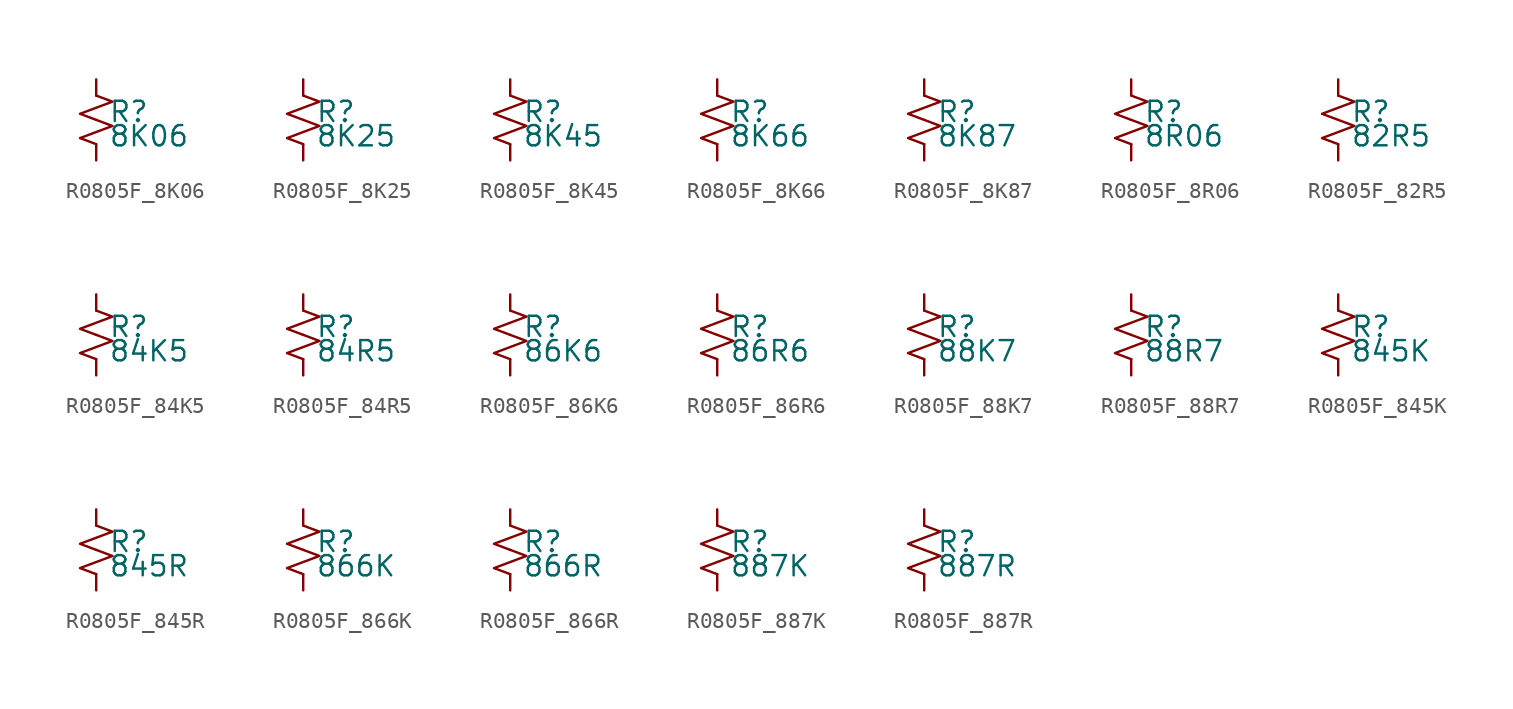
<source format=kicad_sym>
(kicad_symbol_lib
  (version 20220914)
  (generator kicad_symbol_editor)
  (symbol "R0805F_8K06"
    (pin_numbers hide)
    (pin_names
      (offset 0.254) hide)
    (property "Reference" "R"
      (at 0.762 0.508 0)
      (effects (font (size 1.27 1.27)) (justify left)))
    (property "Value" "8K06"
      (at 0.762 -1.016 0)
      (effects (font (size 1.27 1.27)) (justify left)))
    (symbol "R0805F_8K06_1_1"
      (polyline (pts (xy 0 0) (xy 1.016 -0.381) (xy 0 -0.762) (xy -1.016 -1.143) (xy 0 -1.524)) (stroke (width 0) (type default)) (fill (type none)))
      (polyline (pts (xy 0 1.524) (xy 1.016 1.143) (xy 0 0.762) (xy -1.016 0.381) (xy 0 0)) (stroke (width 0) (type default)) (fill (type none)))
      (pin passive line (at 0 2.54 270) (length 1.016) (name "~" (effects (font (size 1.27 1.27)))) (number "1" (effects (font (size 1.27 1.27)))))
      (pin passive line (at 0 -2.54 90) (length 1.016) (name "~" (effects (font (size 1.27 1.27)))) (number "2" (effects (font (size 1.27 1.27)))))))
  (symbol "R0805F_8K25"
    (pin_numbers hide)
    (pin_names
      (offset 0.254) hide)
    (property "Reference" "R"
      (at 0.762 0.508 0)
      (effects (font (size 1.27 1.27)) (justify left)))
    (property "Value" "8K25"
      (at 0.762 -1.016 0)
      (effects (font (size 1.27 1.27)) (justify left)))
    (symbol "R0805F_8K25_1_1"
      (polyline (pts (xy 0 0) (xy 1.016 -0.381) (xy 0 -0.762) (xy -1.016 -1.143) (xy 0 -1.524)) (stroke (width 0) (type default)) (fill (type none)))
      (polyline (pts (xy 0 1.524) (xy 1.016 1.143) (xy 0 0.762) (xy -1.016 0.381) (xy 0 0)) (stroke (width 0) (type default)) (fill (type none)))
      (pin passive line (at 0 2.54 270) (length 1.016) (name "~" (effects (font (size 1.27 1.27)))) (number "1" (effects (font (size 1.27 1.27)))))
      (pin passive line (at 0 -2.54 90) (length 1.016) (name "~" (effects (font (size 1.27 1.27)))) (number "2" (effects (font (size 1.27 1.27)))))))
  (symbol "R0805F_8K45"
    (pin_numbers hide)
    (pin_names
      (offset 0.254) hide)
    (property "Reference" "R"
      (at 0.762 0.508 0)
      (effects (font (size 1.27 1.27)) (justify left)))
    (property "Value" "8K45"
      (at 0.762 -1.016 0)
      (effects (font (size 1.27 1.27)) (justify left)))
    (symbol "R0805F_8K45_1_1"
      (polyline (pts (xy 0 0) (xy 1.016 -0.381) (xy 0 -0.762) (xy -1.016 -1.143) (xy 0 -1.524)) (stroke (width 0) (type default)) (fill (type none)))
      (polyline (pts (xy 0 1.524) (xy 1.016 1.143) (xy 0 0.762) (xy -1.016 0.381) (xy 0 0)) (stroke (width 0) (type default)) (fill (type none)))
      (pin passive line (at 0 2.54 270) (length 1.016) (name "~" (effects (font (size 1.27 1.27)))) (number "1" (effects (font (size 1.27 1.27)))))
      (pin passive line (at 0 -2.54 90) (length 1.016) (name "~" (effects (font (size 1.27 1.27)))) (number "2" (effects (font (size 1.27 1.27)))))))
  (symbol "R0805F_8K66"
    (pin_numbers hide)
    (pin_names
      (offset 0.254) hide)
    (property "Reference" "R"
      (at 0.762 0.508 0)
      (effects (font (size 1.27 1.27)) (justify left)))
    (property "Value" "8K66"
      (at 0.762 -1.016 0)
      (effects (font (size 1.27 1.27)) (justify left)))
    (symbol "R0805F_8K66_1_1"
      (polyline (pts (xy 0 0) (xy 1.016 -0.381) (xy 0 -0.762) (xy -1.016 -1.143) (xy 0 -1.524)) (stroke (width 0) (type default)) (fill (type none)))
      (polyline (pts (xy 0 1.524) (xy 1.016 1.143) (xy 0 0.762) (xy -1.016 0.381) (xy 0 0)) (stroke (width 0) (type default)) (fill (type none)))
      (pin passive line (at 0 2.54 270) (length 1.016) (name "~" (effects (font (size 1.27 1.27)))) (number "1" (effects (font (size 1.27 1.27)))))
      (pin passive line (at 0 -2.54 90) (length 1.016) (name "~" (effects (font (size 1.27 1.27)))) (number "2" (effects (font (size 1.27 1.27)))))))
  (symbol "R0805F_8K87"
    (pin_numbers hide)
    (pin_names
      (offset 0.254) hide)
    (property "Reference" "R"
      (at 0.762 0.508 0)
      (effects (font (size 1.27 1.27)) (justify left)))
    (property "Value" "8K87"
      (at 0.762 -1.016 0)
      (effects (font (size 1.27 1.27)) (justify left)))
    (symbol "R0805F_8K87_1_1"
      (polyline (pts (xy 0 0) (xy 1.016 -0.381) (xy 0 -0.762) (xy -1.016 -1.143) (xy 0 -1.524)) (stroke (width 0) (type default)) (fill (type none)))
      (polyline (pts (xy 0 1.524) (xy 1.016 1.143) (xy 0 0.762) (xy -1.016 0.381) (xy 0 0)) (stroke (width 0) (type default)) (fill (type none)))
      (pin passive line (at 0 2.54 270) (length 1.016) (name "~" (effects (font (size 1.27 1.27)))) (number "1" (effects (font (size 1.27 1.27)))))
      (pin passive line (at 0 -2.54 90) (length 1.016) (name "~" (effects (font (size 1.27 1.27)))) (number "2" (effects (font (size 1.27 1.27)))))))
  (symbol "R0805F_8R06"
    (pin_numbers hide)
    (pin_names
      (offset 0.254) hide)
    (property "Reference" "R"
      (at 0.762 0.508 0)
      (effects (font (size 1.27 1.27)) (justify left)))
    (property "Value" "8R06"
      (at 0.762 -1.016 0)
      (effects (font (size 1.27 1.27)) (justify left)))
    (symbol "R0805F_8R06_1_1"
      (polyline (pts (xy 0 0) (xy 1.016 -0.381) (xy 0 -0.762) (xy -1.016 -1.143) (xy 0 -1.524)) (stroke (width 0) (type default)) (fill (type none)))
      (polyline (pts (xy 0 1.524) (xy 1.016 1.143) (xy 0 0.762) (xy -1.016 0.381) (xy 0 0)) (stroke (width 0) (type default)) (fill (type none)))
      (pin passive line (at 0 2.54 270) (length 1.016) (name "~" (effects (font (size 1.27 1.27)))) (number "1" (effects (font (size 1.27 1.27)))))
      (pin passive line (at 0 -2.54 90) (length 1.016) (name "~" (effects (font (size 1.27 1.27)))) (number "2" (effects (font (size 1.27 1.27)))))))
  (symbol "R0805F_82R5"
    (pin_numbers hide)
    (pin_names
      (offset 0.254) hide)
    (property "Reference" "R"
      (at 0.762 0.508 0)
      (effects (font (size 1.27 1.27)) (justify left)))
    (property "Value" "82R5"
      (at 0.762 -1.016 0)
      (effects (font (size 1.27 1.27)) (justify left)))
    (symbol "R0805F_82R5_1_1"
      (polyline (pts (xy 0 0) (xy 1.016 -0.381) (xy 0 -0.762) (xy -1.016 -1.143) (xy 0 -1.524)) (stroke (width 0) (type default)) (fill (type none)))
      (polyline (pts (xy 0 1.524) (xy 1.016 1.143) (xy 0 0.762) (xy -1.016 0.381) (xy 0 0)) (stroke (width 0) (type default)) (fill (type none)))
      (pin passive line (at 0 2.54 270) (length 1.016) (name "~" (effects (font (size 1.27 1.27)))) (number "1" (effects (font (size 1.27 1.27)))))
      (pin passive line (at 0 -2.54 90) (length 1.016) (name "~" (effects (font (size 1.27 1.27)))) (number "2" (effects (font (size 1.27 1.27)))))))
  (symbol "R0805F_84K5"
    (pin_numbers hide)
    (pin_names
      (offset 0.254) hide)
    (property "Reference" "R"
      (at 0.762 0.508 0)
      (effects (font (size 1.27 1.27)) (justify left)))
    (property "Value" "84K5"
      (at 0.762 -1.016 0)
      (effects (font (size 1.27 1.27)) (justify left)))
    (symbol "R0805F_84K5_1_1"
      (polyline (pts (xy 0 0) (xy 1.016 -0.381) (xy 0 -0.762) (xy -1.016 -1.143) (xy 0 -1.524)) (stroke (width 0) (type default)) (fill (type none)))
      (polyline (pts (xy 0 1.524) (xy 1.016 1.143) (xy 0 0.762) (xy -1.016 0.381) (xy 0 0)) (stroke (width 0) (type default)) (fill (type none)))
      (pin passive line (at 0 2.54 270) (length 1.016) (name "~" (effects (font (size 1.27 1.27)))) (number "1" (effects (font (size 1.27 1.27)))))
      (pin passive line (at 0 -2.54 90) (length 1.016) (name "~" (effects (font (size 1.27 1.27)))) (number "2" (effects (font (size 1.27 1.27)))))))
  (symbol "R0805F_84R5"
    (pin_numbers hide)
    (pin_names
      (offset 0.254) hide)
    (property "Reference" "R"
      (at 0.762 0.508 0)
      (effects (font (size 1.27 1.27)) (justify left)))
    (property "Value" "84R5"
      (at 0.762 -1.016 0)
      (effects (font (size 1.27 1.27)) (justify left)))
    (symbol "R0805F_84R5_1_1"
      (polyline (pts (xy 0 0) (xy 1.016 -0.381) (xy 0 -0.762) (xy -1.016 -1.143) (xy 0 -1.524)) (stroke (width 0) (type default)) (fill (type none)))
      (polyline (pts (xy 0 1.524) (xy 1.016 1.143) (xy 0 0.762) (xy -1.016 0.381) (xy 0 0)) (stroke (width 0) (type default)) (fill (type none)))
      (pin passive line (at 0 2.54 270) (length 1.016) (name "~" (effects (font (size 1.27 1.27)))) (number "1" (effects (font (size 1.27 1.27)))))
      (pin passive line (at 0 -2.54 90) (length 1.016) (name "~" (effects (font (size 1.27 1.27)))) (number "2" (effects (font (size 1.27 1.27)))))))
  (symbol "R0805F_86K6"
    (pin_numbers hide)
    (pin_names
      (offset 0.254) hide)
    (property "Reference" "R"
      (at 0.762 0.508 0)
      (effects (font (size 1.27 1.27)) (justify left)))
    (property "Value" "86K6"
      (at 0.762 -1.016 0)
      (effects (font (size 1.27 1.27)) (justify left)))
    (symbol "R0805F_86K6_1_1"
      (polyline (pts (xy 0 0) (xy 1.016 -0.381) (xy 0 -0.762) (xy -1.016 -1.143) (xy 0 -1.524)) (stroke (width 0) (type default)) (fill (type none)))
      (polyline (pts (xy 0 1.524) (xy 1.016 1.143) (xy 0 0.762) (xy -1.016 0.381) (xy 0 0)) (stroke (width 0) (type default)) (fill (type none)))
      (pin passive line (at 0 2.54 270) (length 1.016) (name "~" (effects (font (size 1.27 1.27)))) (number "1" (effects (font (size 1.27 1.27)))))
      (pin passive line (at 0 -2.54 90) (length 1.016) (name "~" (effects (font (size 1.27 1.27)))) (number "2" (effects (font (size 1.27 1.27)))))))
  (symbol "R0805F_86R6"
    (pin_numbers hide)
    (pin_names
      (offset 0.254) hide)
    (property "Reference" "R"
      (at 0.762 0.508 0)
      (effects (font (size 1.27 1.27)) (justify left)))
    (property "Value" "86R6"
      (at 0.762 -1.016 0)
      (effects (font (size 1.27 1.27)) (justify left)))
    (symbol "R0805F_86R6_1_1"
      (polyline (pts (xy 0 0) (xy 1.016 -0.381) (xy 0 -0.762) (xy -1.016 -1.143) (xy 0 -1.524)) (stroke (width 0) (type default)) (fill (type none)))
      (polyline (pts (xy 0 1.524) (xy 1.016 1.143) (xy 0 0.762) (xy -1.016 0.381) (xy 0 0)) (stroke (width 0) (type default)) (fill (type none)))
      (pin passive line (at 0 2.54 270) (length 1.016) (name "~" (effects (font (size 1.27 1.27)))) (number "1" (effects (font (size 1.27 1.27)))))
      (pin passive line (at 0 -2.54 90) (length 1.016) (name "~" (effects (font (size 1.27 1.27)))) (number "2" (effects (font (size 1.27 1.27)))))))
  (symbol "R0805F_88K7"
    (pin_numbers hide)
    (pin_names
      (offset 0.254) hide)
    (property "Reference" "R"
      (at 0.762 0.508 0)
      (effects (font (size 1.27 1.27)) (justify left)))
    (property "Value" "88K7"
      (at 0.762 -1.016 0)
      (effects (font (size 1.27 1.27)) (justify left)))
    (symbol "R0805F_88K7_1_1"
      (polyline (pts (xy 0 0) (xy 1.016 -0.381) (xy 0 -0.762) (xy -1.016 -1.143) (xy 0 -1.524)) (stroke (width 0) (type default)) (fill (type none)))
      (polyline (pts (xy 0 1.524) (xy 1.016 1.143) (xy 0 0.762) (xy -1.016 0.381) (xy 0 0)) (stroke (width 0) (type default)) (fill (type none)))
      (pin passive line (at 0 2.54 270) (length 1.016) (name "~" (effects (font (size 1.27 1.27)))) (number "1" (effects (font (size 1.27 1.27)))))
      (pin passive line (at 0 -2.54 90) (length 1.016) (name "~" (effects (font (size 1.27 1.27)))) (number "2" (effects (font (size 1.27 1.27)))))))
  (symbol "R0805F_88R7"
    (pin_numbers hide)
    (pin_names
      (offset 0.254) hide)
    (property "Reference" "R"
      (at 0.762 0.508 0)
      (effects (font (size 1.27 1.27)) (justify left)))
    (property "Value" "88R7"
      (at 0.762 -1.016 0)
      (effects (font (size 1.27 1.27)) (justify left)))
    (symbol "R0805F_88R7_1_1"
      (polyline (pts (xy 0 0) (xy 1.016 -0.381) (xy 0 -0.762) (xy -1.016 -1.143) (xy 0 -1.524)) (stroke (width 0) (type default)) (fill (type none)))
      (polyline (pts (xy 0 1.524) (xy 1.016 1.143) (xy 0 0.762) (xy -1.016 0.381) (xy 0 0)) (stroke (width 0) (type default)) (fill (type none)))
      (pin passive line (at 0 2.54 270) (length 1.016) (name "~" (effects (font (size 1.27 1.27)))) (number "1" (effects (font (size 1.27 1.27)))))
      (pin passive line (at 0 -2.54 90) (length 1.016) (name "~" (effects (font (size 1.27 1.27)))) (number "2" (effects (font (size 1.27 1.27)))))))
  (symbol "R0805F_845K"
    (pin_numbers hide)
    (pin_names
      (offset 0.254) hide)
    (property "Reference" "R"
      (at 0.762 0.508 0)
      (effects (font (size 1.27 1.27)) (justify left)))
    (property "Value" "845K"
      (at 0.762 -1.016 0)
      (effects (font (size 1.27 1.27)) (justify left)))
    (symbol "R0805F_845K_1_1"
      (polyline (pts (xy 0 0) (xy 1.016 -0.381) (xy 0 -0.762) (xy -1.016 -1.143) (xy 0 -1.524)) (stroke (width 0) (type default)) (fill (type none)))
      (polyline (pts (xy 0 1.524) (xy 1.016 1.143) (xy 0 0.762) (xy -1.016 0.381) (xy 0 0)) (stroke (width 0) (type default)) (fill (type none)))
      (pin passive line (at 0 2.54 270) (length 1.016) (name "~" (effects (font (size 1.27 1.27)))) (number "1" (effects (font (size 1.27 1.27)))))
      (pin passive line (at 0 -2.54 90) (length 1.016) (name "~" (effects (font (size 1.27 1.27)))) (number "2" (effects (font (size 1.27 1.27)))))))
  (symbol "R0805F_845R"
    (pin_numbers hide)
    (pin_names
      (offset 0.254) hide)
    (property "Reference" "R"
      (at 0.762 0.508 0)
      (effects (font (size 1.27 1.27)) (justify left)))
    (property "Value" "845R"
      (at 0.762 -1.016 0)
      (effects (font (size 1.27 1.27)) (justify left)))
    (symbol "R0805F_845R_1_1"
      (polyline (pts (xy 0 0) (xy 1.016 -0.381) (xy 0 -0.762) (xy -1.016 -1.143) (xy 0 -1.524)) (stroke (width 0) (type default)) (fill (type none)))
      (polyline (pts (xy 0 1.524) (xy 1.016 1.143) (xy 0 0.762) (xy -1.016 0.381) (xy 0 0)) (stroke (width 0) (type default)) (fill (type none)))
      (pin passive line (at 0 2.54 270) (length 1.016) (name "~" (effects (font (size 1.27 1.27)))) (number "1" (effects (font (size 1.27 1.27)))))
      (pin passive line (at 0 -2.54 90) (length 1.016) (name "~" (effects (font (size 1.27 1.27)))) (number "2" (effects (font (size 1.27 1.27)))))))
  (symbol "R0805F_866K"
    (pin_numbers hide)
    (pin_names
      (offset 0.254) hide)
    (property "Reference" "R"
      (at 0.762 0.508 0)
      (effects (font (size 1.27 1.27)) (justify left)))
    (property "Value" "866K"
      (at 0.762 -1.016 0)
      (effects (font (size 1.27 1.27)) (justify left)))
    (symbol "R0805F_866K_1_1"
      (polyline (pts (xy 0 0) (xy 1.016 -0.381) (xy 0 -0.762) (xy -1.016 -1.143) (xy 0 -1.524)) (stroke (width 0) (type default)) (fill (type none)))
      (polyline (pts (xy 0 1.524) (xy 1.016 1.143) (xy 0 0.762) (xy -1.016 0.381) (xy 0 0)) (stroke (width 0) (type default)) (fill (type none)))
      (pin passive line (at 0 2.54 270) (length 1.016) (name "~" (effects (font (size 1.27 1.27)))) (number "1" (effects (font (size 1.27 1.27)))))
      (pin passive line (at 0 -2.54 90) (length 1.016) (name "~" (effects (font (size 1.27 1.27)))) (number "2" (effects (font (size 1.27 1.27)))))))
  (symbol "R0805F_866R"
    (pin_numbers hide)
    (pin_names
      (offset 0.254) hide)
    (property "Reference" "R"
      (at 0.762 0.508 0)
      (effects (font (size 1.27 1.27)) (justify left)))
    (property "Value" "866R"
      (at 0.762 -1.016 0)
      (effects (font (size 1.27 1.27)) (justify left)))
    (symbol "R0805F_866R_1_1"
      (polyline (pts (xy 0 0) (xy 1.016 -0.381) (xy 0 -0.762) (xy -1.016 -1.143) (xy 0 -1.524)) (stroke (width 0) (type default)) (fill (type none)))
      (polyline (pts (xy 0 1.524) (xy 1.016 1.143) (xy 0 0.762) (xy -1.016 0.381) (xy 0 0)) (stroke (width 0) (type default)) (fill (type none)))
      (pin passive line (at 0 2.54 270) (length 1.016) (name "~" (effects (font (size 1.27 1.27)))) (number "1" (effects (font (size 1.27 1.27)))))
      (pin passive line (at 0 -2.54 90) (length 1.016) (name "~" (effects (font (size 1.27 1.27)))) (number "2" (effects (font (size 1.27 1.27)))))))
  (symbol "R0805F_887K"
    (pin_numbers hide)
    (pin_names
      (offset 0.254) hide)
    (property "Reference" "R"
      (at 0.762 0.508 0)
      (effects (font (size 1.27 1.27)) (justify left)))
    (property "Value" "887K"
      (at 0.762 -1.016 0)
      (effects (font (size 1.27 1.27)) (justify left)))
    (symbol "R0805F_887K_1_1"
      (polyline (pts (xy 0 0) (xy 1.016 -0.381) (xy 0 -0.762) (xy -1.016 -1.143) (xy 0 -1.524)) (stroke (width 0) (type default)) (fill (type none)))
      (polyline (pts (xy 0 1.524) (xy 1.016 1.143) (xy 0 0.762) (xy -1.016 0.381) (xy 0 0)) (stroke (width 0) (type default)) (fill (type none)))
      (pin passive line (at 0 2.54 270) (length 1.016) (name "~" (effects (font (size 1.27 1.27)))) (number "1" (effects (font (size 1.27 1.27)))))
      (pin passive line (at 0 -2.54 90) (length 1.016) (name "~" (effects (font (size 1.27 1.27)))) (number "2" (effects (font (size 1.27 1.27)))))))
  (symbol "R0805F_887R"
    (pin_numbers hide)
    (pin_names
      (offset 0.254) hide)
    (property "Reference" "R"
      (at 0.762 0.508 0)
      (effects (font (size 1.27 1.27)) (justify left)))
    (property "Value" "887R"
      (at 0.762 -1.016 0)
      (effects (font (size 1.27 1.27)) (justify left)))
    (symbol "R0805F_887R_1_1"
      (polyline (pts (xy 0 0) (xy 1.016 -0.381) (xy 0 -0.762) (xy -1.016 -1.143) (xy 0 -1.524)) (stroke (width 0) (type default)) (fill (type none)))
      (polyline (pts (xy 0 1.524) (xy 1.016 1.143) (xy 0 0.762) (xy -1.016 0.381) (xy 0 0)) (stroke (width 0) (type default)) (fill (type none)))
      (pin passive line (at 0 2.54 270) (length 1.016) (name "~" (effects (font (size 1.27 1.27)))) (number "1" (effects (font (size 1.27 1.27)))))
      (pin passive line (at 0 -2.54 90) (length 1.016) (name "~" (effects (font (size 1.27 1.27)))) (number "2" (effects (font (size 1.27 1.27))))))))
</source>
